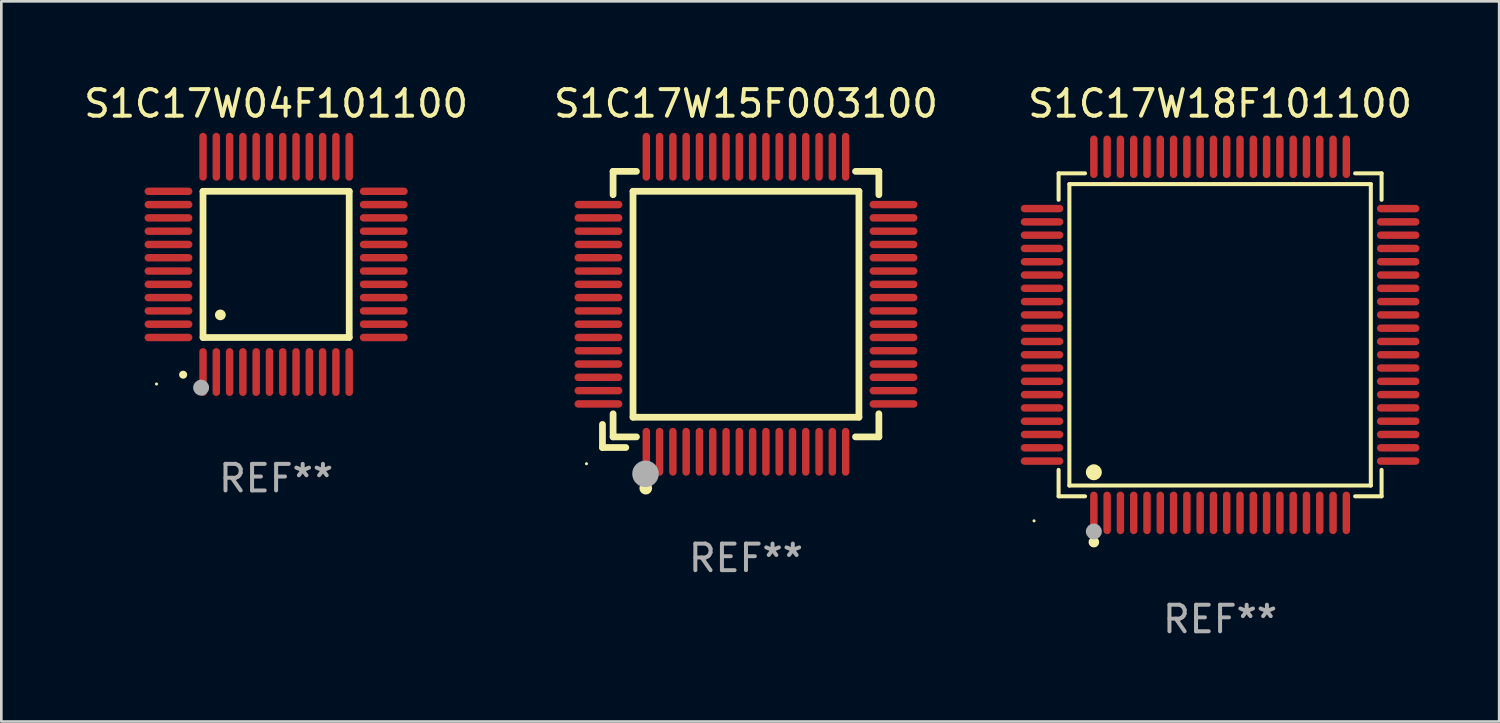
<source format=kicad_pcb>
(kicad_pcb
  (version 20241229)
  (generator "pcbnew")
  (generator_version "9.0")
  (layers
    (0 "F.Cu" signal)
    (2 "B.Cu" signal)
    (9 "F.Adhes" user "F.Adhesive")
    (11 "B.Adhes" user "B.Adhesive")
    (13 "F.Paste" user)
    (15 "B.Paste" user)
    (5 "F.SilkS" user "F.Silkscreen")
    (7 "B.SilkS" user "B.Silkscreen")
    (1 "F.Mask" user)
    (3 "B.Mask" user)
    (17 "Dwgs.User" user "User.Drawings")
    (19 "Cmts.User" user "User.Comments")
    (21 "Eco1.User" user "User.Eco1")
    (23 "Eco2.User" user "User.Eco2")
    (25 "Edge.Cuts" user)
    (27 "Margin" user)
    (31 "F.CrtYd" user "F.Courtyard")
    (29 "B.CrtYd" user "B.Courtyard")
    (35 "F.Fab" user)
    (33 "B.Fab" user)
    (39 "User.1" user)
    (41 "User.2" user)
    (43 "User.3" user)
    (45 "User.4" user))
  (footprint "S1C17W18F101100"
    (layer "F.Cu")
    (at 42.857 9.548)
    (property "Reference" "S1C17W18F101100" (at 0 -8.7 0) (layer "F.SilkS") (effects (font (size 1 1) (thickness 0.15))))
    (attr through_hole)
    (fp_line (start -6.076 -6.076) (end -5.081 -6.076) (stroke (width 0.152) (type solid)) (layer "F.SilkS"))
    (fp_line (start -6.076 -5.081) (end -6.076 -6.076) (stroke (width 0.152) (type solid)) (layer "F.SilkS"))
    (fp_line (start -6.076 5.081) (end -6.076 6.076) (stroke (width 0.152) (type solid)) (layer "F.SilkS"))
    (fp_line (start -6.076 6.076) (end -5.081 6.076) (stroke (width 0.152) (type solid)) (layer "F.SilkS"))
    (fp_line (start -5.671 -5.671) (end 5.671 -5.671) (stroke (width 0.152) (type solid)) (layer "F.SilkS"))
    (fp_line (start -5.671 5.671) (end -5.671 -5.671) (stroke (width 0.152) (type solid)) (layer "F.SilkS"))
    (fp_line (start 5.671 -5.671) (end 5.671 5.671) (stroke (width 0.152) (type solid)) (layer "F.SilkS"))
    (fp_line (start 5.671 5.671) (end -5.671 5.671) (stroke (width 0.152) (type solid)) (layer "F.SilkS"))
    (fp_line (start 6.076 -6.076) (end 5.081 -6.076) (stroke (width 0.152) (type solid)) (layer "F.SilkS"))
    (fp_line (start 6.076 -5.081) (end 6.076 -6.076) (stroke (width 0.152) (type solid)) (layer "F.SilkS"))
    (fp_line (start 6.076 5.081) (end 6.076 6.076) (stroke (width 0.152) (type solid)) (layer "F.SilkS"))
    (fp_line (start 6.076 6.076) (end 5.081 6.076) (stroke (width 0.152) (type solid)) (layer "F.SilkS"))
    (fp_circle (center -7 7) (end -6.97 7) (stroke (width 0.06) (type solid)) (fill no) (layer "F.SilkS"))
    (fp_circle (center -4.75 5.171) (end -4.6 5.171) (stroke (width 0.3) (type solid)) (fill no) (layer "F.SilkS"))
    (fp_circle (center -4.75 7.8) (end -4.65 7.8) (stroke (width 0.2) (type solid)) (fill no) (layer "F.SilkS"))
    (fp_circle (center -4.75 7.4) (end -4.6 7.4) (stroke (width 0.3) (type solid)) (fill no) (layer "F.Fab"))
    (fp_text user "REF**" (at 0 10.7 0) (layer "F.Fab") (effects (font (size 1 1) (thickness 0.15))))
    (pad "1" smd oval (at -4.75 6.7) (size 0.28 1.6) (layers "F.Cu" "F.Mask" "F.Paste"))
    (pad "2" smd oval (at -4.25 6.7) (size 0.28 1.6) (layers "F.Cu" "F.Mask" "F.Paste"))
    (pad "3" smd oval (at -3.75 6.7) (size 0.28 1.6) (layers "F.Cu" "F.Mask" "F.Paste"))
    (pad "4" smd oval (at -3.25 6.7) (size 0.28 1.6) (layers "F.Cu" "F.Mask" "F.Paste"))
    (pad "5" smd oval (at -2.75 6.7) (size 0.28 1.6) (layers "F.Cu" "F.Mask" "F.Paste"))
    (pad "6" smd oval (at -2.25 6.7) (size 0.28 1.6) (layers "F.Cu" "F.Mask" "F.Paste"))
    (pad "7" smd oval (at -1.75 6.7) (size 0.28 1.6) (layers "F.Cu" "F.Mask" "F.Paste"))
    (pad "8" smd oval (at -1.25 6.7) (size 0.28 1.6) (layers "F.Cu" "F.Mask" "F.Paste"))
    (pad "9" smd oval (at -0.75 6.7) (size 0.28 1.6) (layers "F.Cu" "F.Mask" "F.Paste"))
    (pad "10" smd oval (at -0.25 6.7) (size 0.28 1.6) (layers "F.Cu" "F.Mask" "F.Paste"))
    (pad "11" smd oval (at 0.25 6.7) (size 0.28 1.6) (layers "F.Cu" "F.Mask" "F.Paste"))
    (pad "12" smd oval (at 0.75 6.7) (size 0.28 1.6) (layers "F.Cu" "F.Mask" "F.Paste"))
    (pad "13" smd oval (at 1.25 6.7) (size 0.28 1.6) (layers "F.Cu" "F.Mask" "F.Paste"))
    (pad "14" smd oval (at 1.75 6.7) (size 0.28 1.6) (layers "F.Cu" "F.Mask" "F.Paste"))
    (pad "15" smd oval (at 2.25 6.7) (size 0.28 1.6) (layers "F.Cu" "F.Mask" "F.Paste"))
    (pad "16" smd oval (at 2.75 6.7) (size 0.28 1.6) (layers "F.Cu" "F.Mask" "F.Paste"))
    (pad "17" smd oval (at 3.25 6.7) (size 0.28 1.6) (layers "F.Cu" "F.Mask" "F.Paste"))
    (pad "18" smd oval (at 3.75 6.7) (size 0.28 1.6) (layers "F.Cu" "F.Mask" "F.Paste"))
    (pad "19" smd oval (at 4.25 6.7) (size 0.28 1.6) (layers "F.Cu" "F.Mask" "F.Paste"))
    (pad "20" smd oval (at 4.75 6.7) (size 0.28 1.6) (layers "F.Cu" "F.Mask" "F.Paste"))
    (pad "21" smd oval (at 6.7 4.75) (size 1.6 0.28) (layers "F.Cu" "F.Mask" "F.Paste"))
    (pad "22" smd oval (at 6.7 4.25) (size 1.6 0.28) (layers "F.Cu" "F.Mask" "F.Paste"))
    (pad "23" smd oval (at 6.7 3.75) (size 1.6 0.28) (layers "F.Cu" "F.Mask" "F.Paste"))
    (pad "24" smd oval (at 6.7 3.25) (size 1.6 0.28) (layers "F.Cu" "F.Mask" "F.Paste"))
    (pad "25" smd oval (at 6.7 2.75) (size 1.6 0.28) (layers "F.Cu" "F.Mask" "F.Paste"))
    (pad "26" smd oval (at 6.7 2.25) (size 1.6 0.28) (layers "F.Cu" "F.Mask" "F.Paste"))
    (pad "27" smd oval (at 6.7 1.75) (size 1.6 0.28) (layers "F.Cu" "F.Mask" "F.Paste"))
    (pad "28" smd oval (at 6.7 1.25) (size 1.6 0.28) (layers "F.Cu" "F.Mask" "F.Paste"))
    (pad "29" smd oval (at 6.7 0.75) (size 1.6 0.28) (layers "F.Cu" "F.Mask" "F.Paste"))
    (pad "30" smd oval (at 6.7 0.25) (size 1.6 0.28) (layers "F.Cu" "F.Mask" "F.Paste"))
    (pad "31" smd oval (at 6.7 -0.25) (size 1.6 0.28) (layers "F.Cu" "F.Mask" "F.Paste"))
    (pad "32" smd oval (at 6.7 -0.75) (size 1.6 0.28) (layers "F.Cu" "F.Mask" "F.Paste"))
    (pad "33" smd oval (at 6.7 -1.25) (size 1.6 0.28) (layers "F.Cu" "F.Mask" "F.Paste"))
    (pad "34" smd oval (at 6.7 -1.75) (size 1.6 0.28) (layers "F.Cu" "F.Mask" "F.Paste"))
    (pad "35" smd oval (at 6.7 -2.25) (size 1.6 0.28) (layers "F.Cu" "F.Mask" "F.Paste"))
    (pad "36" smd oval (at 6.7 -2.75) (size 1.6 0.28) (layers "F.Cu" "F.Mask" "F.Paste"))
    (pad "37" smd oval (at 6.7 -3.25) (size 1.6 0.28) (layers "F.Cu" "F.Mask" "F.Paste"))
    (pad "38" smd oval (at 6.7 -3.75) (size 1.6 0.28) (layers "F.Cu" "F.Mask" "F.Paste"))
    (pad "39" smd oval (at 6.7 -4.25) (size 1.6 0.28) (layers "F.Cu" "F.Mask" "F.Paste"))
    (pad "40" smd oval (at 6.7 -4.75) (size 1.6 0.28) (layers "F.Cu" "F.Mask" "F.Paste"))
    (pad "41" smd oval (at 4.75 -6.7) (size 0.28 1.6) (layers "F.Cu" "F.Mask" "F.Paste"))
    (pad "42" smd oval (at 4.25 -6.7) (size 0.28 1.6) (layers "F.Cu" "F.Mask" "F.Paste"))
    (pad "43" smd oval (at 3.75 -6.7) (size 0.28 1.6) (layers "F.Cu" "F.Mask" "F.Paste"))
    (pad "44" smd oval (at 3.25 -6.7) (size 0.28 1.6) (layers "F.Cu" "F.Mask" "F.Paste"))
    (pad "45" smd oval (at 2.75 -6.7) (size 0.28 1.6) (layers "F.Cu" "F.Mask" "F.Paste"))
    (pad "46" smd oval (at 2.25 -6.7) (size 0.28 1.6) (layers "F.Cu" "F.Mask" "F.Paste"))
    (pad "47" smd oval (at 1.75 -6.7) (size 0.28 1.6) (layers "F.Cu" "F.Mask" "F.Paste"))
    (pad "48" smd oval (at 1.25 -6.7) (size 0.28 1.6) (layers "F.Cu" "F.Mask" "F.Paste"))
    (pad "49" smd oval (at 0.75 -6.7) (size 0.28 1.6) (layers "F.Cu" "F.Mask" "F.Paste"))
    (pad "50" smd oval (at 0.25 -6.7) (size 0.28 1.6) (layers "F.Cu" "F.Mask" "F.Paste"))
    (pad "51" smd oval (at -0.25 -6.7) (size 0.28 1.6) (layers "F.Cu" "F.Mask" "F.Paste"))
    (pad "52" smd oval (at -0.75 -6.7) (size 0.28 1.6) (layers "F.Cu" "F.Mask" "F.Paste"))
    (pad "53" smd oval (at -1.25 -6.7) (size 0.28 1.6) (layers "F.Cu" "F.Mask" "F.Paste"))
    (pad "54" smd oval (at -1.75 -6.7) (size 0.28 1.6) (layers "F.Cu" "F.Mask" "F.Paste"))
    (pad "55" smd oval (at -2.25 -6.7) (size 0.28 1.6) (layers "F.Cu" "F.Mask" "F.Paste"))
    (pad "56" smd oval (at -2.75 -6.7) (size 0.28 1.6) (layers "F.Cu" "F.Mask" "F.Paste"))
    (pad "57" smd oval (at -3.25 -6.7) (size 0.28 1.6) (layers "F.Cu" "F.Mask" "F.Paste"))
    (pad "58" smd oval (at -3.75 -6.7) (size 0.28 1.6) (layers "F.Cu" "F.Mask" "F.Paste"))
    (pad "59" smd oval (at -4.25 -6.7) (size 0.28 1.6) (layers "F.Cu" "F.Mask" "F.Paste"))
    (pad "60" smd oval (at -4.75 -6.7) (size 0.28 1.6) (layers "F.Cu" "F.Mask" "F.Paste"))
    (pad "61" smd oval (at -6.7 -4.75) (size 1.6 0.28) (layers "F.Cu" "F.Mask" "F.Paste"))
    (pad "62" smd oval (at -6.7 -4.25) (size 1.6 0.28) (layers "F.Cu" "F.Mask" "F.Paste"))
    (pad "63" smd oval (at -6.7 -3.75) (size 1.6 0.28) (layers "F.Cu" "F.Mask" "F.Paste"))
    (pad "64" smd oval (at -6.7 -3.25) (size 1.6 0.28) (layers "F.Cu" "F.Mask" "F.Paste"))
    (pad "65" smd oval (at -6.7 -2.75) (size 1.6 0.28) (layers "F.Cu" "F.Mask" "F.Paste"))
    (pad "66" smd oval (at -6.7 -2.25) (size 1.6 0.28) (layers "F.Cu" "F.Mask" "F.Paste"))
    (pad "67" smd oval (at -6.7 -1.75) (size 1.6 0.28) (layers "F.Cu" "F.Mask" "F.Paste"))
    (pad "68" smd oval (at -6.7 -1.25) (size 1.6 0.28) (layers "F.Cu" "F.Mask" "F.Paste"))
    (pad "69" smd oval (at -6.7 -0.75) (size 1.6 0.28) (layers "F.Cu" "F.Mask" "F.Paste"))
    (pad "70" smd oval (at -6.7 -0.25) (size 1.6 0.28) (layers "F.Cu" "F.Mask" "F.Paste"))
    (pad "71" smd oval (at -6.7 0.25) (size 1.6 0.28) (layers "F.Cu" "F.Mask" "F.Paste"))
    (pad "72" smd oval (at -6.7 0.75) (size 1.6 0.28) (layers "F.Cu" "F.Mask" "F.Paste"))
    (pad "73" smd oval (at -6.7 1.25) (size 1.6 0.28) (layers "F.Cu" "F.Mask" "F.Paste"))
    (pad "74" smd oval (at -6.7 1.75) (size 1.6 0.28) (layers "F.Cu" "F.Mask" "F.Paste"))
    (pad "75" smd oval (at -6.7 2.25) (size 1.6 0.28) (layers "F.Cu" "F.Mask" "F.Paste"))
    (pad "76" smd oval (at -6.7 2.75) (size 1.6 0.28) (layers "F.Cu" "F.Mask" "F.Paste"))
    (pad "77" smd oval (at -6.7 3.25) (size 1.6 0.28) (layers "F.Cu" "F.Mask" "F.Paste"))
    (pad "78" smd oval (at -6.7 3.75) (size 1.6 0.28) (layers "F.Cu" "F.Mask" "F.Paste"))
    (pad "79" smd oval (at -6.7 4.25) (size 1.6 0.28) (layers "F.Cu" "F.Mask" "F.Paste"))
    (pad "80" smd oval (at -6.7 4.75) (size 1.6 0.28) (layers "F.Cu" "F.Mask" "F.Paste")))
  (footprint "S1C17W04F101100"
    (layer "F.Cu")
    (at 7.339 6.898)
    (property "Reference" "S1C17W04F101100" (at 0 -6.05 0) (layer "F.SilkS") (effects (font (size 1 1) (thickness 0.15))))
    (attr through_hole)
    (fp_line (start -2.75 -2.75) (end 2.75 -2.75) (stroke (width 0.254) (type solid)) (layer "F.SilkS"))
    (fp_line (start -2.75 2.75) (end -2.75 -2.75) (stroke (width 0.254) (type solid)) (layer "F.SilkS"))
    (fp_line (start 2.75 -2.75) (end 2.75 2.75) (stroke (width 0.254) (type solid)) (layer "F.SilkS"))
    (fp_line (start 2.75 2.75) (end -2.75 2.75) (stroke (width 0.254) (type solid)) (layer "F.SilkS"))
    (fp_arc (start -3.500127 4.150368) (mid -3.498857 4.150363) (end -3.497587 4.150368) (stroke (width 0.3) (type solid)) (layer "F.SilkS"))
    (fp_arc (start -2.100584 1.899924) (mid -2.098044 1.899908) (end -2.095504 1.899924) (stroke (width 0.4) (type solid)) (layer "F.SilkS"))
    (fp_circle (center -4.5 4.5) (end -4.47 4.5) (stroke (width 0.06) (type solid)) (fill no) (layer "F.SilkS"))
    (fp_circle (center -2.822 4.638) (end -2.672 4.638) (stroke (width 0.3) (type solid)) (fill no) (layer "F.Fab"))
    (fp_text user "REF**" (at 0 8.05 0) (layer "F.Fab") (effects (font (size 1 1) (thickness 0.15))))
    (pad "1" smd oval (at -2.75 4.05) (size 0.28 1.8) (layers "F.Cu" "F.Mask" "F.Paste"))
    (pad "2" smd oval (at -2.25 4.05) (size 0.28 1.8) (layers "F.Cu" "F.Mask" "F.Paste"))
    (pad "3" smd oval (at -1.75 4.05) (size 0.28 1.8) (layers "F.Cu" "F.Mask" "F.Paste"))
    (pad "4" smd oval (at -1.25 4.05) (size 0.28 1.8) (layers "F.Cu" "F.Mask" "F.Paste"))
    (pad "5" smd oval (at -0.75 4.05) (size 0.28 1.8) (layers "F.Cu" "F.Mask" "F.Paste"))
    (pad "6" smd oval (at -0.25 4.05) (size 0.28 1.8) (layers "F.Cu" "F.Mask" "F.Paste"))
    (pad "7" smd oval (at 0.25 4.05) (size 0.28 1.8) (layers "F.Cu" "F.Mask" "F.Paste"))
    (pad "8" smd oval (at 0.75 4.05) (size 0.28 1.8) (layers "F.Cu" "F.Mask" "F.Paste"))
    (pad "9" smd oval (at 1.25 4.05) (size 0.28 1.8) (layers "F.Cu" "F.Mask" "F.Paste"))
    (pad "10" smd oval (at 1.75 4.05) (size 0.28 1.8) (layers "F.Cu" "F.Mask" "F.Paste"))
    (pad "11" smd oval (at 2.25 4.05) (size 0.28 1.8) (layers "F.Cu" "F.Mask" "F.Paste"))
    (pad "12" smd oval (at 2.75 4.05) (size 0.28 1.8) (layers "F.Cu" "F.Mask" "F.Paste"))
    (pad "13" smd oval (at 4.05 2.75) (size 1.8 0.28) (layers "F.Cu" "F.Mask" "F.Paste"))
    (pad "14" smd oval (at 4.05 2.25) (size 1.8 0.28) (layers "F.Cu" "F.Mask" "F.Paste"))
    (pad "15" smd oval (at 4.05 1.75) (size 1.8 0.28) (layers "F.Cu" "F.Mask" "F.Paste"))
    (pad "16" smd oval (at 4.05 1.25) (size 1.8 0.28) (layers "F.Cu" "F.Mask" "F.Paste"))
    (pad "17" smd oval (at 4.05 0.75) (size 1.8 0.28) (layers "F.Cu" "F.Mask" "F.Paste"))
    (pad "18" smd oval (at 4.05 0.25) (size 1.8 0.28) (layers "F.Cu" "F.Mask" "F.Paste"))
    (pad "19" smd oval (at 4.05 -0.25) (size 1.8 0.28) (layers "F.Cu" "F.Mask" "F.Paste"))
    (pad "20" smd oval (at 4.05 -0.75) (size 1.8 0.28) (layers "F.Cu" "F.Mask" "F.Paste"))
    (pad "21" smd oval (at 4.05 -1.25) (size 1.8 0.28) (layers "F.Cu" "F.Mask" "F.Paste"))
    (pad "22" smd oval (at 4.05 -1.75) (size 1.8 0.28) (layers "F.Cu" "F.Mask" "F.Paste"))
    (pad "23" smd oval (at 4.05 -2.25) (size 1.8 0.28) (layers "F.Cu" "F.Mask" "F.Paste"))
    (pad "24" smd oval (at 4.05 -2.75) (size 1.8 0.28) (layers "F.Cu" "F.Mask" "F.Paste"))
    (pad "25" smd oval (at 2.75 -4.05) (size 0.28 1.8) (layers "F.Cu" "F.Mask" "F.Paste"))
    (pad "26" smd oval (at 2.25 -4.05) (size 0.28 1.8) (layers "F.Cu" "F.Mask" "F.Paste"))
    (pad "27" smd oval (at 1.75 -4.05) (size 0.28 1.8) (layers "F.Cu" "F.Mask" "F.Paste"))
    (pad "28" smd oval (at 1.25 -4.05) (size 0.28 1.8) (layers "F.Cu" "F.Mask" "F.Paste"))
    (pad "29" smd oval (at 0.75 -4.05) (size 0.28 1.8) (layers "F.Cu" "F.Mask" "F.Paste"))
    (pad "30" smd oval (at 0.25 -4.05) (size 0.28 1.8) (layers "F.Cu" "F.Mask" "F.Paste"))
    (pad "31" smd oval (at -0.25 -4.05) (size 0.28 1.8) (layers "F.Cu" "F.Mask" "F.Paste"))
    (pad "32" smd oval (at -0.75 -4.05) (size 0.28 1.8) (layers "F.Cu" "F.Mask" "F.Paste"))
    (pad "33" smd oval (at -1.25 -4.05) (size 0.28 1.8) (layers "F.Cu" "F.Mask" "F.Paste"))
    (pad "34" smd oval (at -1.75 -4.05) (size 0.28 1.8) (layers "F.Cu" "F.Mask" "F.Paste"))
    (pad "35" smd oval (at -2.25 -4.05) (size 0.28 1.8) (layers "F.Cu" "F.Mask" "F.Paste"))
    (pad "36" smd oval (at -2.75 -4.05) (size 0.28 1.8) (layers "F.Cu" "F.Mask" "F.Paste"))
    (pad "37" smd oval (at -4.05 -2.75) (size 1.8 0.28) (layers "F.Cu" "F.Mask" "F.Paste"))
    (pad "38" smd oval (at -4.05 -2.25) (size 1.8 0.28) (layers "F.Cu" "F.Mask" "F.Paste"))
    (pad "39" smd oval (at -4.05 -1.75) (size 1.8 0.28) (layers "F.Cu" "F.Mask" "F.Paste"))
    (pad "40" smd oval (at -4.05 -1.25) (size 1.8 0.28) (layers "F.Cu" "F.Mask" "F.Paste"))
    (pad "41" smd oval (at -4.05 -0.75) (size 1.8 0.28) (layers "F.Cu" "F.Mask" "F.Paste"))
    (pad "42" smd oval (at -4.05 -0.25) (size 1.8 0.28) (layers "F.Cu" "F.Mask" "F.Paste"))
    (pad "43" smd oval (at -4.05 0.25) (size 1.8 0.28) (layers "F.Cu" "F.Mask" "F.Paste"))
    (pad "44" smd oval (at -4.05 0.75) (size 1.8 0.28) (layers "F.Cu" "F.Mask" "F.Paste"))
    (pad "45" smd oval (at -4.05 1.25) (size 1.8 0.28) (layers "F.Cu" "F.Mask" "F.Paste"))
    (pad "46" smd oval (at -4.05 1.75) (size 1.8 0.28) (layers "F.Cu" "F.Mask" "F.Paste"))
    (pad "47" smd oval (at -4.05 2.25) (size 1.8 0.28) (layers "F.Cu" "F.Mask" "F.Paste"))
    (pad "48" smd oval (at -4.05 2.75) (size 1.8 0.28) (layers "F.Cu" "F.Mask" "F.Paste")))
  (footprint "S1C17W15F003100"
    (layer "F.Cu")
    (at 25.018 8.398)
    (property "Reference" "S1C17W15F003100" (at 0 -7.55 0) (layer "F.SilkS") (effects (font (size 1 1) (thickness 0.15))))
    (attr through_hole)
    (fp_line (start -5.4 4.521) (end -5.4 5.39) (stroke (width 0.254) (type solid)) (layer "F.SilkS"))
    (fp_line (start -5.4 5.39) (end -4.521 5.39) (stroke (width 0.254) (type solid)) (layer "F.SilkS"))
    (fp_line (start -5 -5) (end -5 -4.121) (stroke (width 0.254) (type solid)) (layer "F.SilkS"))
    (fp_line (start -5 4.121) (end -5 4.99) (stroke (width 0.254) (type solid)) (layer "F.SilkS"))
    (fp_line (start -5 4.99) (end -4.121 4.99) (stroke (width 0.254) (type solid)) (layer "F.SilkS"))
    (fp_line (start -4.25 -4.25) (end -4.25 4.25) (stroke (width 0.254) (type solid)) (layer "F.SilkS"))
    (fp_line (start -4.25 4.25) (end 4.25 4.25) (stroke (width 0.254) (type solid)) (layer "F.SilkS"))
    (fp_line (start -4.121 -5) (end -5 -5) (stroke (width 0.254) (type solid)) (layer "F.SilkS"))
    (fp_line (start 4.121 4.99) (end 5 4.99) (stroke (width 0.254) (type solid)) (layer "F.SilkS"))
    (fp_line (start 4.25 -4.25) (end -4.25 -4.25) (stroke (width 0.254) (type solid)) (layer "F.SilkS"))
    (fp_line (start 4.25 4.25) (end 4.25 -4.25) (stroke (width 0.254) (type solid)) (layer "F.SilkS"))
    (fp_line (start 5 -5) (end 4.121 -5) (stroke (width 0.254) (type solid)) (layer "F.SilkS"))
    (fp_line (start 5 -4.121) (end 5 -5) (stroke (width 0.254) (type solid)) (layer "F.SilkS"))
    (fp_line (start 5 4.99) (end 5 4.121) (stroke (width 0.254) (type solid)) (layer "F.SilkS"))
    (fp_circle (center -6 6) (end -5.97 6) (stroke (width 0.06) (type solid)) (fill no) (layer "F.SilkS"))
    (fp_circle (center -3.77 6.92) (end -3.65 6.92) (stroke (width 0.24) (type solid)) (fill no) (layer "F.SilkS"))
    (fp_circle (center -3.78 6.38) (end -3.53 6.38) (stroke (width 0.5) (type solid)) (fill no) (layer "F.Fab"))
    (fp_text user "REF**" (at 0 9.55 0) (layer "F.Fab") (effects (font (size 1 1) (thickness 0.15))))
    (pad "1" smd oval (at -3.75 5.55) (size 0.28 1.8) (layers "F.Cu" "F.Mask" "F.Paste"))
    (pad "2" smd oval (at -3.25 5.55) (size 0.28 1.8) (layers "F.Cu" "F.Mask" "F.Paste"))
    (pad "3" smd oval (at -2.75 5.55) (size 0.28 1.8) (layers "F.Cu" "F.Mask" "F.Paste"))
    (pad "4" smd oval (at -2.25 5.55) (size 0.28 1.8) (layers "F.Cu" "F.Mask" "F.Paste"))
    (pad "5" smd oval (at -1.75 5.55) (size 0.28 1.8) (layers "F.Cu" "F.Mask" "F.Paste"))
    (pad "6" smd oval (at -1.25 5.55) (size 0.28 1.8) (layers "F.Cu" "F.Mask" "F.Paste"))
    (pad "7" smd oval (at -0.75 5.55) (size 0.28 1.8) (layers "F.Cu" "F.Mask" "F.Paste"))
    (pad "8" smd oval (at -0.25 5.55) (size 0.28 1.8) (layers "F.Cu" "F.Mask" "F.Paste"))
    (pad "9" smd oval (at 0.25 5.55) (size 0.28 1.8) (layers "F.Cu" "F.Mask" "F.Paste"))
    (pad "10" smd oval (at 0.75 5.55) (size 0.28 1.8) (layers "F.Cu" "F.Mask" "F.Paste"))
    (pad "11" smd oval (at 1.25 5.55) (size 0.28 1.8) (layers "F.Cu" "F.Mask" "F.Paste"))
    (pad "12" smd oval (at 1.75 5.55) (size 0.28 1.8) (layers "F.Cu" "F.Mask" "F.Paste"))
    (pad "13" smd oval (at 2.25 5.55) (size 0.28 1.8) (layers "F.Cu" "F.Mask" "F.Paste"))
    (pad "14" smd oval (at 2.75 5.55) (size 0.28 1.8) (layers "F.Cu" "F.Mask" "F.Paste"))
    (pad "15" smd oval (at 3.25 5.55) (size 0.28 1.8) (layers "F.Cu" "F.Mask" "F.Paste"))
    (pad "16" smd oval (at 3.75 5.55) (size 0.28 1.8) (layers "F.Cu" "F.Mask" "F.Paste"))
    (pad "17" smd oval (at 5.55 3.75) (size 1.8 0.28) (layers "F.Cu" "F.Mask" "F.Paste"))
    (pad "18" smd oval (at 5.55 3.25) (size 1.8 0.28) (layers "F.Cu" "F.Mask" "F.Paste"))
    (pad "19" smd oval (at 5.55 2.75) (size 1.8 0.28) (layers "F.Cu" "F.Mask" "F.Paste"))
    (pad "20" smd oval (at 5.55 2.25) (size 1.8 0.28) (layers "F.Cu" "F.Mask" "F.Paste"))
    (pad "21" smd oval (at 5.55 1.75) (size 1.8 0.28) (layers "F.Cu" "F.Mask" "F.Paste"))
    (pad "22" smd oval (at 5.55 1.25) (size 1.8 0.28) (layers "F.Cu" "F.Mask" "F.Paste"))
    (pad "23" smd oval (at 5.55 0.75) (size 1.8 0.28) (layers "F.Cu" "F.Mask" "F.Paste"))
    (pad "24" smd oval (at 5.55 0.25) (size 1.8 0.28) (layers "F.Cu" "F.Mask" "F.Paste"))
    (pad "25" smd oval (at 5.55 -0.25) (size 1.8 0.28) (layers "F.Cu" "F.Mask" "F.Paste"))
    (pad "26" smd oval (at 5.55 -0.75) (size 1.8 0.28) (layers "F.Cu" "F.Mask" "F.Paste"))
    (pad "27" smd oval (at 5.55 -1.25) (size 1.8 0.28) (layers "F.Cu" "F.Mask" "F.Paste"))
    (pad "28" smd oval (at 5.55 -1.75) (size 1.8 0.28) (layers "F.Cu" "F.Mask" "F.Paste"))
    (pad "29" smd oval (at 5.55 -2.25) (size 1.8 0.28) (layers "F.Cu" "F.Mask" "F.Paste"))
    (pad "30" smd oval (at 5.55 -2.75) (size 1.8 0.28) (layers "F.Cu" "F.Mask" "F.Paste"))
    (pad "31" smd oval (at 5.55 -3.25) (size 1.8 0.28) (layers "F.Cu" "F.Mask" "F.Paste"))
    (pad "32" smd oval (at 5.55 -3.75) (size 1.8 0.28) (layers "F.Cu" "F.Mask" "F.Paste"))
    (pad "33" smd oval (at 3.75 -5.55) (size 0.28 1.8) (layers "F.Cu" "F.Mask" "F.Paste"))
    (pad "34" smd oval (at 3.25 -5.55) (size 0.28 1.8) (layers "F.Cu" "F.Mask" "F.Paste"))
    (pad "35" smd oval (at 2.75 -5.55) (size 0.28 1.8) (layers "F.Cu" "F.Mask" "F.Paste"))
    (pad "36" smd oval (at 2.25 -5.55) (size 0.28 1.8) (layers "F.Cu" "F.Mask" "F.Paste"))
    (pad "37" smd oval (at 1.75 -5.55) (size 0.28 1.8) (layers "F.Cu" "F.Mask" "F.Paste"))
    (pad "38" smd oval (at 1.25 -5.55) (size 0.28 1.8) (layers "F.Cu" "F.Mask" "F.Paste"))
    (pad "39" smd oval (at 0.75 -5.55) (size 0.28 1.8) (layers "F.Cu" "F.Mask" "F.Paste"))
    (pad "40" smd oval (at 0.25 -5.55) (size 0.28 1.8) (layers "F.Cu" "F.Mask" "F.Paste"))
    (pad "41" smd oval (at -0.25 -5.55) (size 0.28 1.8) (layers "F.Cu" "F.Mask" "F.Paste"))
    (pad "42" smd oval (at -0.75 -5.55) (size 0.28 1.8) (layers "F.Cu" "F.Mask" "F.Paste"))
    (pad "43" smd oval (at -1.25 -5.55) (size 0.28 1.8) (layers "F.Cu" "F.Mask" "F.Paste"))
    (pad "44" smd oval (at -1.75 -5.55) (size 0.28 1.8) (layers "F.Cu" "F.Mask" "F.Paste"))
    (pad "45" smd oval (at -2.25 -5.55) (size 0.28 1.8) (layers "F.Cu" "F.Mask" "F.Paste"))
    (pad "46" smd oval (at -2.75 -5.55) (size 0.28 1.8) (layers "F.Cu" "F.Mask" "F.Paste"))
    (pad "47" smd oval (at -3.25 -5.55) (size 0.28 1.8) (layers "F.Cu" "F.Mask" "F.Paste"))
    (pad "48" smd oval (at -3.75 -5.55) (size 0.28 1.8) (layers "F.Cu" "F.Mask" "F.Paste"))
    (pad "49" smd oval (at -5.55 -3.75) (size 1.8 0.28) (layers "F.Cu" "F.Mask" "F.Paste"))
    (pad "50" smd oval (at -5.55 -3.25) (size 1.8 0.28) (layers "F.Cu" "F.Mask" "F.Paste"))
    (pad "51" smd oval (at -5.55 -2.75) (size 1.8 0.28) (layers "F.Cu" "F.Mask" "F.Paste"))
    (pad "52" smd oval (at -5.55 -2.25) (size 1.8 0.28) (layers "F.Cu" "F.Mask" "F.Paste"))
    (pad "53" smd oval (at -5.55 -1.75) (size 1.8 0.28) (layers "F.Cu" "F.Mask" "F.Paste"))
    (pad "54" smd oval (at -5.55 -1.25) (size 1.8 0.28) (layers "F.Cu" "F.Mask" "F.Paste"))
    (pad "55" smd oval (at -5.55 -0.75) (size 1.8 0.28) (layers "F.Cu" "F.Mask" "F.Paste"))
    (pad "56" smd oval (at -5.55 -0.25) (size 1.8 0.28) (layers "F.Cu" "F.Mask" "F.Paste"))
    (pad "57" smd oval (at -5.55 0.25) (size 1.8 0.28) (layers "F.Cu" "F.Mask" "F.Paste"))
    (pad "58" smd oval (at -5.55 0.75) (size 1.8 0.28) (layers "F.Cu" "F.Mask" "F.Paste"))
    (pad "59" smd oval (at -5.55 1.25) (size 1.8 0.28) (layers "F.Cu" "F.Mask" "F.Paste"))
    (pad "60" smd oval (at -5.55 1.75) (size 1.8 0.28) (layers "F.Cu" "F.Mask" "F.Paste"))
    (pad "61" smd oval (at -5.55 2.25) (size 1.8 0.28) (layers "F.Cu" "F.Mask" "F.Paste"))
    (pad "62" smd oval (at -5.55 2.75) (size 1.8 0.28) (layers "F.Cu" "F.Mask" "F.Paste"))
    (pad "63" smd oval (at -5.55 3.25) (size 1.8 0.28) (layers "F.Cu" "F.Mask" "F.Paste"))
    (pad "64" smd oval (at -5.55 3.75) (size 1.8 0.28) (layers "F.Cu" "F.Mask" "F.Paste")))
  (gr_rect
    (start -3 -3)
    (end 53.357 24.097)
    (stroke (width 0.1) (type default))
    (fill no)
    (layer "Edge.Cuts")))
</source>
